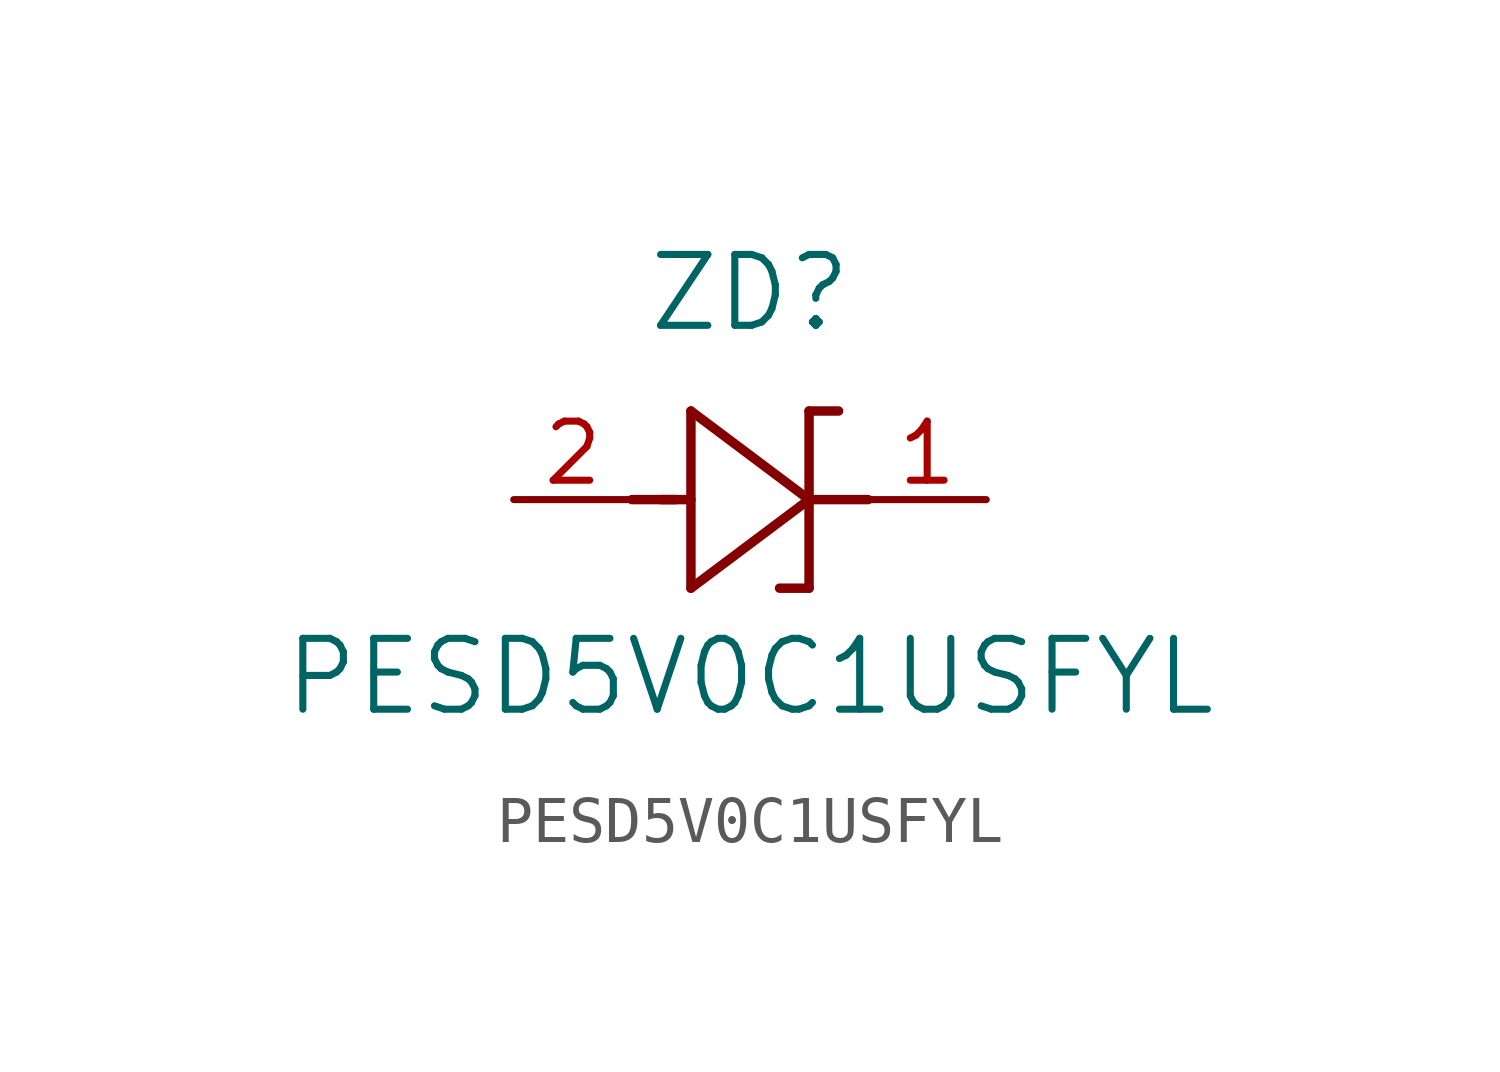
<source format=kicad_sym>
(kicad_symbol_lib
  (version 20241209)
  (generator "kicad_symbol_editor")
  (generator_version "9.0")
  (symbol "PESD5V0C1USFYL"
    (pin_names
      (offset 0.254))
    (property "Reference" "ZD"
      (at 5.08 4.445 0)
      (effects (font (size 1.524 1.524))))
    (property "Value" "PESD5V0C1USFYL"
      (at 5.08 -3.81 0)
      (effects (font (size 1.524 1.524))))
    (property "ki_locked" ""
      (at 0 0 0)
      (effects (font (size 1.27 1.27))))
    (symbol "PESD5V0C1USFYL_0_1"
      (polyline (pts (xy 2.54 0) (xy 3.48 0)) (stroke (width 0.203) (type default)) (fill (type none)))
      (polyline (pts (xy 3.175 0) (xy 3.81 0)) (stroke (width 0.203) (type default)) (fill (type none)))
      (polyline (pts (xy 3.81 1.905) (xy 3.81 -1.905)) (stroke (width 0.203) (type default)) (fill (type none)))
      (polyline (pts (xy 3.81 -1.905) (xy 6.35 0)) (stroke (width 0.203) (type default)) (fill (type none)))
      (polyline (pts (xy 6.35 1.905) (xy 6.985 1.905)) (stroke (width 0.203) (type default)) (fill (type none)))
      (polyline (pts (xy 6.35 0) (xy 3.81 1.905)) (stroke (width 0.203) (type default)) (fill (type none)))
      (polyline (pts (xy 6.35 0) (xy 7.62 0)) (stroke (width 0.203) (type default)) (fill (type none)))
      (polyline (pts (xy 6.35 -1.905) (xy 5.715 -1.905)) (stroke (width 0.203) (type default)) (fill (type none)))
      (polyline (pts (xy 6.35 -1.905) (xy 6.35 1.905)) (stroke (width 0.203) (type default)) (fill (type none)))
      (pin unspecified line (at 0 0 0) (length 2.54) (name "" (effects (font (size 1.27 1.27)))) (number "2" (effects (font (size 1.27 1.27)))))
      (pin unspecified line (at 10.16 0 180) (length 2.54) (name "" (effects (font (size 1.27 1.27)))) (number "1" (effects (font (size 1.27 1.27))))))))
</source>
